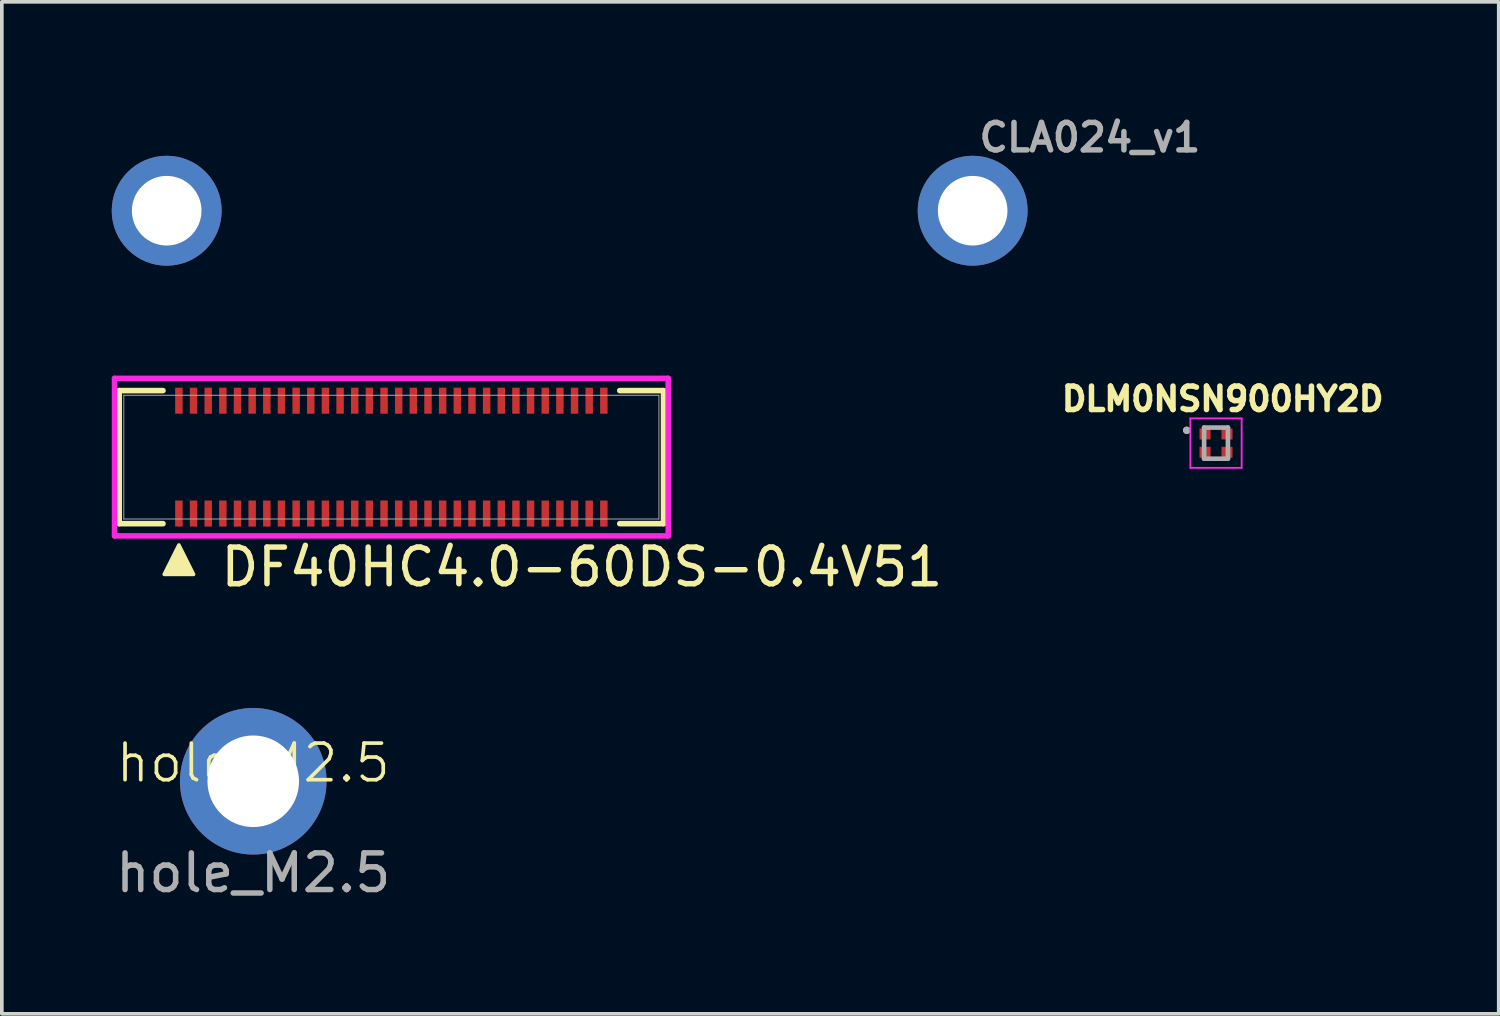
<source format=kicad_pcb>
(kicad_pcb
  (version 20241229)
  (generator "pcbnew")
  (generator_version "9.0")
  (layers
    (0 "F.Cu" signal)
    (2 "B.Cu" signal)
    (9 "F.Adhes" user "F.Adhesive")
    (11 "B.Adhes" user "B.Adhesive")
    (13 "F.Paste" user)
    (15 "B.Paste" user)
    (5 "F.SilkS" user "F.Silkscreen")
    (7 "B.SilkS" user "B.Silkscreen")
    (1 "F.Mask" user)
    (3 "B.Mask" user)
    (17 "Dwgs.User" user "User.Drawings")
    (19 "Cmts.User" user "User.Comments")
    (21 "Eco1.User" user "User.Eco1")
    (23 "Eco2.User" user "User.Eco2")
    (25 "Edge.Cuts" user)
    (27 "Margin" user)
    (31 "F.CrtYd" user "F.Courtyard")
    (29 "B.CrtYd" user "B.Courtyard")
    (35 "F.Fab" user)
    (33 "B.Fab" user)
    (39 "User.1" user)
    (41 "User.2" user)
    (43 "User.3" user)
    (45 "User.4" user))
  (footprint "CLA024_v1"
    (layer "F.Cu")
    (at 12.5 2.702)
    (property "Reference" "CLA024_v1" (at 14.2 -2 0) (unlocked yes) (layer "F.Fab") (effects (font (size 0.75 0.75) (thickness 0.15))))
    (attr smd)
    (pad "" thru_hole circle (at -11 0) (size 3 3) (drill 1.9) (layers "*.Cu" "*.Mask"))
    (pad "" thru_hole circle (at 11 0) (size 3 3) (drill 1.9) (layers "*.Cu" "*.Mask")))
  (footprint "DLM0NSN900HY2D"
    (layer "F.Cu")
    (at 30.143 9.046)
    (property "Reference" "DLM0NSN900HY2D" (at 0.182 -1.206 0) (layer "F.SilkS") (effects (font (size 0.64 0.64) (thickness 0.15))))
    (attr smd)
    (fp_poly (pts (xy -0.45 -0.4) (xy -0.15 -0.4) (xy -0.15 -0.1) (xy -0.45 -0.1)) (stroke (width 0.01) (type solid)) (fill yes) (layer "F.Mask"))
    (fp_poly (pts (xy -0.45 0.1) (xy -0.15 0.1) (xy -0.15 0.4) (xy -0.45 0.4)) (stroke (width 0.01) (type solid)) (fill yes) (layer "F.Mask"))
    (fp_poly (pts (xy 0.15 -0.4) (xy 0.45 -0.4) (xy 0.45 -0.1) (xy 0.15 -0.1)) (stroke (width 0.01) (type solid)) (fill yes) (layer "F.Mask"))
    (fp_poly (pts (xy 0.15 0.1) (xy 0.45 0.1) (xy 0.45 0.4) (xy 0.15 0.4)) (stroke (width 0.01) (type solid)) (fill yes) (layer "F.Mask"))
    (fp_circle (center -0.8 -0.35) (end -0.75 -0.35) (stroke (width 0.1) (type solid)) (fill no) (layer "F.SilkS"))
    (fp_line (start -0.7 -0.675) (end -0.7 0.675) (stroke (width 0.05) (type solid)) (layer "F.CrtYd"))
    (fp_line (start -0.7 0.675) (end 0.7 0.675) (stroke (width 0.05) (type solid)) (layer "F.CrtYd"))
    (fp_line (start 0.7 -0.675) (end -0.7 -0.675) (stroke (width 0.05) (type solid)) (layer "F.CrtYd"))
    (fp_line (start 0.7 0.675) (end 0.7 -0.675) (stroke (width 0.05) (type solid)) (layer "F.CrtYd"))
    (fp_line (start -0.325 -0.425) (end -0.325 0.425) (stroke (width 0.127) (type solid)) (layer "F.Fab"))
    (fp_line (start -0.325 0.425) (end 0.325 0.425) (stroke (width 0.127) (type solid)) (layer "F.Fab"))
    (fp_line (start 0.325 -0.425) (end -0.325 -0.425) (stroke (width 0.127) (type solid)) (layer "F.Fab"))
    (fp_line (start 0.325 0.425) (end 0.325 -0.425) (stroke (width 0.127) (type solid)) (layer "F.Fab"))
    (fp_circle (center -0.8 -0.35) (end -0.75 -0.35) (stroke (width 0.1) (type solid)) (fill no) (layer "F.Fab"))
    (pad "1" smd rect (at -0.3 -0.25) (size 0.3 0.3) (layers "F.Cu" "F.Paste"))
    (pad "2" smd rect (at 0.3 -0.25) (size 0.3 0.3) (layers "F.Cu" "F.Paste"))
    (pad "3" smd rect (at 0.3 0.25) (size 0.3 0.3) (layers "F.Cu" "F.Paste"))
    (pad "4" smd rect (at -0.3 0.25) (size 0.3 0.3) (layers "F.Cu" "F.Paste")))
  (footprint "hole_M2.5"
    (layer "F.Cu")
    (at 3.863 18.276)
    (property "Reference" "hole_M2.5" (at 0 -0.5 0) (unlocked yes) (layer "F.SilkS") (effects (font (size 1 1) (thickness 0.1))))
    (attr smd)
    (fp_text user "${REFERENCE}" (at 0 2.5 0) (unlocked yes) (layer "F.Fab") (effects (font (size 1 1) (thickness 0.15))))
    (pad "1" thru_hole circle (at 0 0) (size 4 4) (drill 2.5) (layers "*.Cu" "*.Mask")))
  (footprint "DF40HC4.0-60DS-0.4V51"
    (layer "F.Cu")
    (at 7.633 9.428)
    (property "Reference" "DF40HC4.0-60DS-0.4V51" (at 5.2 3 0) (unlocked yes) (layer "F.SilkS") (effects (font (size 1 1) (thickness 0.15))))
    (attr smd)
    (fp_line (start -7.429 -1.816) (end -7.429 1.816) (stroke (width 0.152) (type solid)) (layer "F.SilkS"))
    (fp_line (start -7.429 1.816) (end -6.234 1.816) (stroke (width 0.152) (type solid)) (layer "F.SilkS"))
    (fp_line (start -6.234 -1.816) (end -7.429 -1.816) (stroke (width 0.152) (type solid)) (layer "F.SilkS"))
    (fp_line (start 6.234 1.816) (end 7.429 1.816) (stroke (width 0.152) (type solid)) (layer "F.SilkS"))
    (fp_line (start 7.429 -1.816) (end 6.234 -1.816) (stroke (width 0.152) (type solid)) (layer "F.SilkS"))
    (fp_line (start 7.429 1.816) (end 7.429 -1.816) (stroke (width 0.152) (type solid)) (layer "F.SilkS"))
    (fp_poly (pts (xy -5.8 2.4) (xy -6.2 3.2) (xy -5.4 3.2)) (stroke (width 0.1) (type solid)) (fill yes) (layer "F.SilkS"))
    (fp_line (start -7.556 -2.15) (end -7.556 2.15) (stroke (width 0.152) (type solid)) (layer "F.CrtYd"))
    (fp_line (start -7.556 2.15) (end 7.556 2.15) (stroke (width 0.152) (type solid)) (layer "F.CrtYd"))
    (fp_line (start 7.556 -2.15) (end -7.556 -2.15) (stroke (width 0.152) (type solid)) (layer "F.CrtYd"))
    (fp_line (start 7.556 2.15) (end 7.556 -2.15) (stroke (width 0.152) (type solid)) (layer "F.CrtYd"))
    (fp_line (start -7.303 -1.689) (end -7.303 1.689) (stroke (width 0.025) (type solid)) (layer "F.Fab"))
    (fp_line (start -7.303 1.689) (end 7.303 1.689) (stroke (width 0.025) (type solid)) (layer "F.Fab"))
    (fp_line (start 7.303 -1.689) (end -7.303 -1.689) (stroke (width 0.025) (type solid)) (layer "F.Fab"))
    (fp_line (start 7.303 1.689) (end 7.303 -1.689) (stroke (width 0.025) (type solid)) (layer "F.Fab"))
    (pad "1" smd rect (at -5.8 1.54) (size 0.203 0.711) (layers "F.Cu" "F.Mask" "F.Paste"))
    (pad "2" smd rect (at -5.4 1.54) (size 0.203 0.711) (layers "F.Cu" "F.Mask" "F.Paste"))
    (pad "3" smd rect (at -5 1.54) (size 0.203 0.711) (layers "F.Cu" "F.Mask" "F.Paste"))
    (pad "4" smd rect (at -4.6 1.54) (size 0.203 0.711) (layers "F.Cu" "F.Mask" "F.Paste"))
    (pad "5" smd rect (at -4.2 1.54) (size 0.203 0.711) (layers "F.Cu" "F.Mask" "F.Paste"))
    (pad "6" smd rect (at -3.8 1.54) (size 0.203 0.711) (layers "F.Cu" "F.Mask" "F.Paste"))
    (pad "7" smd rect (at -3.4 1.54) (size 0.203 0.711) (layers "F.Cu" "F.Mask" "F.Paste"))
    (pad "8" smd rect (at -3 1.54) (size 0.203 0.711) (layers "F.Cu" "F.Mask" "F.Paste"))
    (pad "9" smd rect (at -2.6 1.54) (size 0.203 0.711) (layers "F.Cu" "F.Mask" "F.Paste"))
    (pad "10" smd rect (at -2.2 1.54) (size 0.203 0.711) (layers "F.Cu" "F.Mask" "F.Paste"))
    (pad "11" smd rect (at -1.8 1.54) (size 0.203 0.711) (layers "F.Cu" "F.Mask" "F.Paste"))
    (pad "12" smd rect (at -1.4 1.54) (size 0.203 0.711) (layers "F.Cu" "F.Mask" "F.Paste"))
    (pad "13" smd rect (at -1 1.54) (size 0.203 0.711) (layers "F.Cu" "F.Mask" "F.Paste"))
    (pad "14" smd rect (at -0.6 1.54) (size 0.203 0.711) (layers "F.Cu" "F.Mask" "F.Paste"))
    (pad "15" smd rect (at -0.2 1.54) (size 0.203 0.711) (layers "F.Cu" "F.Mask" "F.Paste"))
    (pad "16" smd rect (at 0.2 1.54) (size 0.203 0.711) (layers "F.Cu" "F.Mask" "F.Paste"))
    (pad "17" smd rect (at 0.6 1.54) (size 0.203 0.711) (layers "F.Cu" "F.Mask" "F.Paste"))
    (pad "18" smd rect (at 1 1.54) (size 0.203 0.711) (layers "F.Cu" "F.Mask" "F.Paste"))
    (pad "19" smd rect (at 1.4 1.54) (size 0.203 0.711) (layers "F.Cu" "F.Mask" "F.Paste"))
    (pad "20" smd rect (at 1.8 1.54) (size 0.203 0.711) (layers "F.Cu" "F.Mask" "F.Paste"))
    (pad "21" smd rect (at 2.2 1.54) (size 0.203 0.711) (layers "F.Cu" "F.Mask" "F.Paste"))
    (pad "22" smd rect (at 2.6 1.54) (size 0.203 0.711) (layers "F.Cu" "F.Mask" "F.Paste"))
    (pad "23" smd rect (at 3 1.54) (size 0.203 0.711) (layers "F.Cu" "F.Mask" "F.Paste"))
    (pad "24" smd rect (at 3.4 1.54) (size 0.203 0.711) (layers "F.Cu" "F.Mask" "F.Paste"))
    (pad "25" smd rect (at 3.8 1.54) (size 0.203 0.711) (layers "F.Cu" "F.Mask" "F.Paste"))
    (pad "26" smd rect (at 4.2 1.54) (size 0.203 0.711) (layers "F.Cu" "F.Mask" "F.Paste"))
    (pad "27" smd rect (at 4.6 1.54) (size 0.203 0.711) (layers "F.Cu" "F.Mask" "F.Paste"))
    (pad "28" smd rect (at 5 1.54) (size 0.203 0.711) (layers "F.Cu" "F.Mask" "F.Paste"))
    (pad "29" smd rect (at 5.4 1.54) (size 0.203 0.711) (layers "F.Cu" "F.Mask" "F.Paste"))
    (pad "30" smd rect (at 5.8 1.54) (size 0.203 0.711) (layers "F.Cu" "F.Mask" "F.Paste"))
    (pad "31" smd rect (at -5.8 -1.54) (size 0.203 0.711) (layers "F.Cu" "F.Mask" "F.Paste"))
    (pad "32" smd rect (at -5.4 -1.54) (size 0.203 0.711) (layers "F.Cu" "F.Mask" "F.Paste"))
    (pad "33" smd rect (at -5 -1.54) (size 0.203 0.711) (layers "F.Cu" "F.Mask" "F.Paste"))
    (pad "34" smd rect (at -4.6 -1.54) (size 0.203 0.711) (layers "F.Cu" "F.Mask" "F.Paste"))
    (pad "35" smd rect (at -4.2 -1.54) (size 0.203 0.711) (layers "F.Cu" "F.Mask" "F.Paste"))
    (pad "36" smd rect (at -3.8 -1.54) (size 0.203 0.711) (layers "F.Cu" "F.Mask" "F.Paste"))
    (pad "37" smd rect (at -3.4 -1.54) (size 0.203 0.711) (layers "F.Cu" "F.Mask" "F.Paste"))
    (pad "38" smd rect (at -3 -1.54) (size 0.203 0.711) (layers "F.Cu" "F.Mask" "F.Paste"))
    (pad "39" smd rect (at -2.6 -1.54) (size 0.203 0.711) (layers "F.Cu" "F.Mask" "F.Paste"))
    (pad "40" smd rect (at -2.2 -1.54) (size 0.203 0.711) (layers "F.Cu" "F.Mask" "F.Paste"))
    (pad "41" smd rect (at -1.8 -1.54) (size 0.203 0.711) (layers "F.Cu" "F.Mask" "F.Paste"))
    (pad "42" smd rect (at -1.4 -1.54) (size 0.203 0.711) (layers "F.Cu" "F.Mask" "F.Paste"))
    (pad "43" smd rect (at -1 -1.54) (size 0.203 0.711) (layers "F.Cu" "F.Mask" "F.Paste"))
    (pad "44" smd rect (at -0.6 -1.54) (size 0.203 0.711) (layers "F.Cu" "F.Mask" "F.Paste"))
    (pad "45" smd rect (at -0.2 -1.54) (size 0.203 0.711) (layers "F.Cu" "F.Mask" "F.Paste"))
    (pad "46" smd rect (at 0.2 -1.54) (size 0.203 0.711) (layers "F.Cu" "F.Mask" "F.Paste"))
    (pad "47" smd rect (at 0.6 -1.54) (size 0.203 0.711) (layers "F.Cu" "F.Mask" "F.Paste"))
    (pad "48" smd rect (at 1 -1.54) (size 0.203 0.711) (layers "F.Cu" "F.Mask" "F.Paste"))
    (pad "49" smd rect (at 1.4 -1.54) (size 0.203 0.711) (layers "F.Cu" "F.Mask" "F.Paste"))
    (pad "50" smd rect (at 1.8 -1.54) (size 0.203 0.711) (layers "F.Cu" "F.Mask" "F.Paste"))
    (pad "51" smd rect (at 2.2 -1.54) (size 0.203 0.711) (layers "F.Cu" "F.Mask" "F.Paste"))
    (pad "52" smd rect (at 2.6 -1.54) (size 0.203 0.711) (layers "F.Cu" "F.Mask" "F.Paste"))
    (pad "53" smd rect (at 3 -1.54) (size 0.203 0.711) (layers "F.Cu" "F.Mask" "F.Paste"))
    (pad "54" smd rect (at 3.4 -1.54) (size 0.203 0.711) (layers "F.Cu" "F.Mask" "F.Paste"))
    (pad "55" smd rect (at 3.8 -1.54) (size 0.203 0.711) (layers "F.Cu" "F.Mask" "F.Paste"))
    (pad "56" smd rect (at 4.2 -1.54) (size 0.203 0.711) (layers "F.Cu" "F.Mask" "F.Paste"))
    (pad "57" smd rect (at 4.6 -1.54) (size 0.203 0.711) (layers "F.Cu" "F.Mask" "F.Paste"))
    (pad "58" smd rect (at 5 -1.54) (size 0.203 0.711) (layers "F.Cu" "F.Mask" "F.Paste"))
    (pad "59" smd rect (at 5.4 -1.54) (size 0.203 0.711) (layers "F.Cu" "F.Mask" "F.Paste"))
    (pad "60" smd rect (at 5.8 -1.54) (size 0.203 0.711) (layers "F.Cu" "F.Mask" "F.Paste")))
  (gr_rect
    (start -3 -3)
    (end 37.86 24.624)
    (stroke (width 0.1) (type default))
    (fill no)
    (layer "Edge.Cuts")))
</source>
